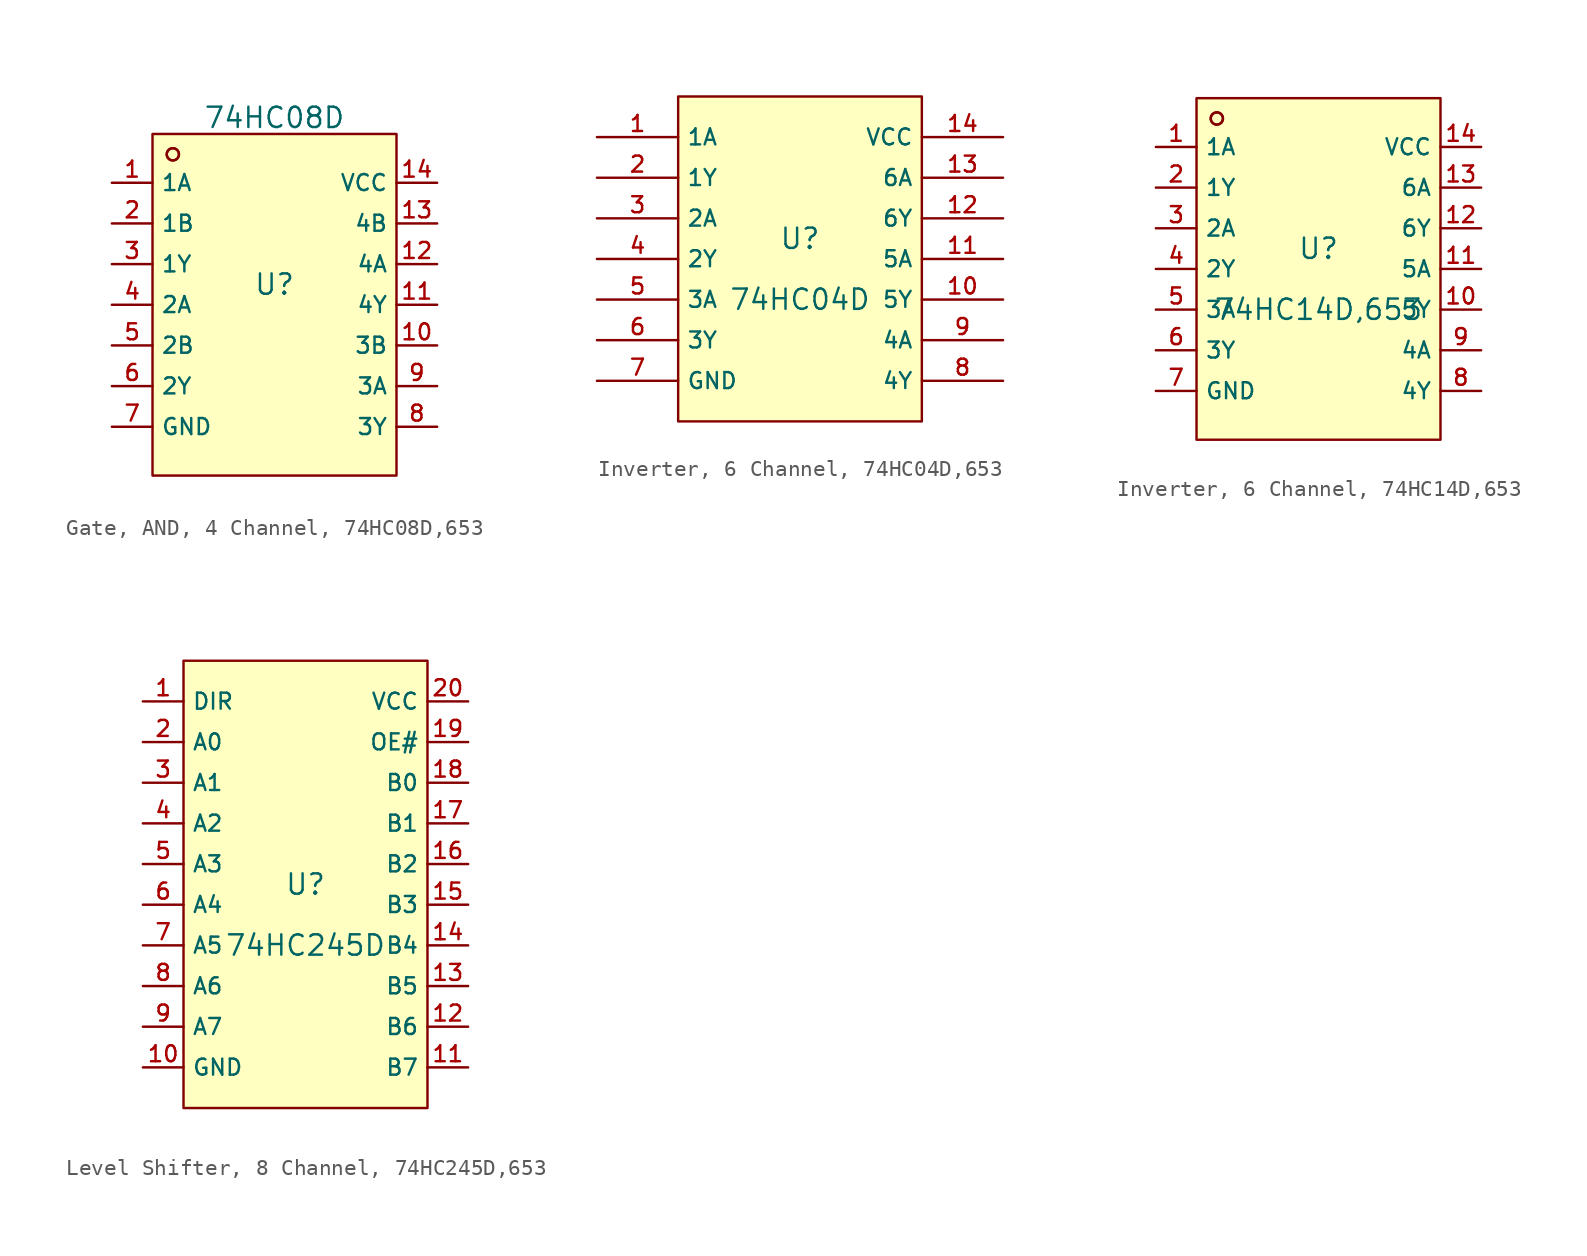
<source format=kicad_sym>
(kicad_symbol_lib
  (version 20231120)
  (generator "kicad_symbol_editor")
  (generator_version "8.0")
  (symbol "Gate, AND, 4 Channel, 74HC08D,653"
    (property "Reference" "U"
      (at 0 1.27 0)
      (effects (font (size 1.27 1.27))))
    (property "Value" "74HC08D"
      (at 0 11.684 0)
      (effects (font (size 1.27 1.27))))
    (symbol "Gate, AND, 4 Channel, 74HC08D,653_0_1"
      (rectangle (start -7.62 10.668) (end 7.62 -10.668) (stroke (width 0) (type default)) (fill (type background)))
      (circle (center -6.35 9.398) (radius 0.381) (stroke (width 0) (type default)) (fill (type background)))
      (circle (center -6.35 9.398) (radius 0.381) (stroke (width 0) (type default)) (fill (type background)))
      (pin unspecified line (at -10.16 7.62 0) (length 2.54) (name "1A" (effects (font (size 1 1)))) (number "1" (effects (font (size 1 1)))))
      (pin unspecified line (at 10.16 -2.54 180) (length 2.54) (name "3B" (effects (font (size 1 1)))) (number "10" (effects (font (size 1 1)))))
      (pin unspecified line (at 10.16 0 180) (length 2.54) (name "4Y" (effects (font (size 1 1)))) (number "11" (effects (font (size 1 1)))))
      (pin unspecified line (at 10.16 2.54 180) (length 2.54) (name "4A" (effects (font (size 1 1)))) (number "12" (effects (font (size 1 1)))))
      (pin unspecified line (at 10.16 5.08 180) (length 2.54) (name "4B" (effects (font (size 1 1)))) (number "13" (effects (font (size 1 1)))))
      (pin unspecified line (at 10.16 7.62 180) (length 2.54) (name "VCC" (effects (font (size 1 1)))) (number "14" (effects (font (size 1 1)))))
      (pin unspecified line (at -10.16 5.08 0) (length 2.54) (name "1B" (effects (font (size 1 1)))) (number "2" (effects (font (size 1 1)))))
      (pin unspecified line (at -10.16 2.54 0) (length 2.54) (name "1Y" (effects (font (size 1 1)))) (number "3" (effects (font (size 1 1)))))
      (pin unspecified line (at -10.16 0 0) (length 2.54) (name "2A" (effects (font (size 1 1)))) (number "4" (effects (font (size 1 1)))))
      (pin unspecified line (at -10.16 -2.54 0) (length 2.54) (name "2B" (effects (font (size 1 1)))) (number "5" (effects (font (size 1 1)))))
      (pin unspecified line (at -10.16 -5.08 0) (length 2.54) (name "2Y" (effects (font (size 1 1)))) (number "6" (effects (font (size 1 1)))))
      (pin unspecified line (at -10.16 -7.62 0) (length 2.54) (name "GND" (effects (font (size 1 1)))) (number "7" (effects (font (size 1 1)))))
      (pin unspecified line (at 10.16 -7.62 180) (length 2.54) (name "3Y" (effects (font (size 1 1)))) (number "8" (effects (font (size 1 1)))))
      (pin unspecified line (at 10.16 -5.08 180) (length 2.54) (name "3A" (effects (font (size 1 1)))) (number "9" (effects (font (size 1 1)))))))
  (symbol "Inverter, 6 Channel, 74HC04D,653"
    (property "Reference" "U"
      (at 0 1.27 0)
      (effects (font (size 1.27 1.27))))
    (property "Value" "74HC04D"
      (at 0 -2.54 0)
      (effects (font (size 1.27 1.27))))
    (symbol "Inverter, 6 Channel, 74HC04D,653_0_1"
      (rectangle (start -7.62 10.16) (end 7.62 -10.16) (stroke (width 0) (type default)) (fill (type background)))
      (pin unspecified line (at -12.7 7.62 0) (length 5.08) (name "1A" (effects (font (size 1 1)))) (number "1" (effects (font (size 1 1)))))
      (pin unspecified line (at 12.7 -2.54 180) (length 5.08) (name "5Y" (effects (font (size 1 1)))) (number "10" (effects (font (size 1 1)))))
      (pin unspecified line (at 12.7 0 180) (length 5.08) (name "5A" (effects (font (size 1 1)))) (number "11" (effects (font (size 1 1)))))
      (pin unspecified line (at 12.7 2.54 180) (length 5.08) (name "6Y" (effects (font (size 1 1)))) (number "12" (effects (font (size 1 1)))))
      (pin unspecified line (at 12.7 5.08 180) (length 5.08) (name "6A" (effects (font (size 1 1)))) (number "13" (effects (font (size 1 1)))))
      (pin unspecified line (at 12.7 7.62 180) (length 5.08) (name "VCC" (effects (font (size 1 1)))) (number "14" (effects (font (size 1 1)))))
      (pin unspecified line (at -12.7 5.08 0) (length 5.08) (name "1Y" (effects (font (size 1 1)))) (number "2" (effects (font (size 1 1)))))
      (pin unspecified line (at -12.7 2.54 0) (length 5.08) (name "2A" (effects (font (size 1 1)))) (number "3" (effects (font (size 1 1)))))
      (pin unspecified line (at -12.7 0 0) (length 5.08) (name "2Y" (effects (font (size 1 1)))) (number "4" (effects (font (size 1 1)))))
      (pin unspecified line (at -12.7 -2.54 0) (length 5.08) (name "3A" (effects (font (size 1 1)))) (number "5" (effects (font (size 1 1)))))
      (pin unspecified line (at -12.7 -5.08 0) (length 5.08) (name "3Y" (effects (font (size 1 1)))) (number "6" (effects (font (size 1 1)))))
      (pin unspecified line (at -12.7 -7.62 0) (length 5.08) (name "GND" (effects (font (size 1 1)))) (number "7" (effects (font (size 1 1)))))
      (pin unspecified line (at 12.7 -7.62 180) (length 5.08) (name "4Y" (effects (font (size 1 1)))) (number "8" (effects (font (size 1 1)))))
      (pin unspecified line (at 12.7 -5.08 180) (length 5.08) (name "4A" (effects (font (size 1 1)))) (number "9" (effects (font (size 1 1)))))))
  (symbol "Inverter, 6 Channel, 74HC14D,653"
    (property "Reference" "U"
      (at 0 1.27 0)
      (effects (font (size 1.27 1.27))))
    (property "Value" "74HC14D,653"
      (at 0 -2.54 0)
      (effects (font (size 1.27 1.27))))
    (symbol "Inverter, 6 Channel, 74HC14D,653_0_1"
      (rectangle (start -7.62 10.668) (end 7.62 -10.668) (stroke (width 0) (type default)) (fill (type background)))
      (circle (center -6.35 9.398) (radius 0.381) (stroke (width 0) (type default)) (fill (type background)))
      (circle (center -6.35 9.398) (radius 0.381) (stroke (width 0) (type default)) (fill (type background)))
      (pin unspecified line (at -10.16 7.62 0) (length 2.54) (name "1A" (effects (font (size 1 1)))) (number "1" (effects (font (size 1 1)))))
      (pin unspecified line (at 10.16 -2.54 180) (length 2.54) (name "5Y" (effects (font (size 1 1)))) (number "10" (effects (font (size 1 1)))))
      (pin unspecified line (at 10.16 0 180) (length 2.54) (name "5A" (effects (font (size 1 1)))) (number "11" (effects (font (size 1 1)))))
      (pin unspecified line (at 10.16 2.54 180) (length 2.54) (name "6Y" (effects (font (size 1 1)))) (number "12" (effects (font (size 1 1)))))
      (pin unspecified line (at 10.16 5.08 180) (length 2.54) (name "6A" (effects (font (size 1 1)))) (number "13" (effects (font (size 1 1)))))
      (pin unspecified line (at 10.16 7.62 180) (length 2.54) (name "VCC" (effects (font (size 1 1)))) (number "14" (effects (font (size 1 1)))))
      (pin unspecified line (at -10.16 5.08 0) (length 2.54) (name "1Y" (effects (font (size 1 1)))) (number "2" (effects (font (size 1 1)))))
      (pin unspecified line (at -10.16 2.54 0) (length 2.54) (name "2A" (effects (font (size 1 1)))) (number "3" (effects (font (size 1 1)))))
      (pin unspecified line (at -10.16 0 0) (length 2.54) (name "2Y" (effects (font (size 1 1)))) (number "4" (effects (font (size 1 1)))))
      (pin unspecified line (at -10.16 -2.54 0) (length 2.54) (name "3A" (effects (font (size 1 1)))) (number "5" (effects (font (size 1 1)))))
      (pin unspecified line (at -10.16 -5.08 0) (length 2.54) (name "3Y" (effects (font (size 1 1)))) (number "6" (effects (font (size 1 1)))))
      (pin unspecified line (at -10.16 -7.62 0) (length 2.54) (name "GND" (effects (font (size 1 1)))) (number "7" (effects (font (size 1 1)))))
      (pin unspecified line (at 10.16 -7.62 180) (length 2.54) (name "4Y" (effects (font (size 1 1)))) (number "8" (effects (font (size 1 1)))))
      (pin unspecified line (at 10.16 -5.08 180) (length 2.54) (name "4A" (effects (font (size 1 1)))) (number "9" (effects (font (size 1 1)))))))
  (symbol "Level Shifter, 8 Channel, 74HC245D,653"
    (property "Reference" "U"
      (at 0 1.27 0)
      (effects (font (size 1.27 1.27))))
    (property "Value" "74HC245D"
      (at 0 -2.54 0)
      (effects (font (size 1.27 1.27))))
    (symbol "Level Shifter, 8 Channel, 74HC245D,653_0_1"
      (rectangle (start -7.62 15.24) (end 7.62 -12.7) (stroke (width 0) (type default)) (fill (type background)))
      (pin unspecified line (at -10.16 12.7 0) (length 2.54) (name "DIR" (effects (font (size 1 1)))) (number "1" (effects (font (size 1 1)))))
      (pin unspecified line (at -10.16 -10.16 0) (length 2.54) (name "GND" (effects (font (size 1 1)))) (number "10" (effects (font (size 1 1)))))
      (pin unspecified line (at 10.16 -10.16 180) (length 2.54) (name "B7" (effects (font (size 1 1)))) (number "11" (effects (font (size 1 1)))))
      (pin unspecified line (at 10.16 -7.62 180) (length 2.54) (name "B6" (effects (font (size 1 1)))) (number "12" (effects (font (size 1 1)))))
      (pin unspecified line (at 10.16 -5.08 180) (length 2.54) (name "B5" (effects (font (size 1 1)))) (number "13" (effects (font (size 1 1)))))
      (pin unspecified line (at 10.16 -2.54 180) (length 2.54) (name "B4" (effects (font (size 1 1)))) (number "14" (effects (font (size 1 1)))))
      (pin unspecified line (at 10.16 0 180) (length 2.54) (name "B3" (effects (font (size 1 1)))) (number "15" (effects (font (size 1 1)))))
      (pin unspecified line (at 10.16 2.54 180) (length 2.54) (name "B2" (effects (font (size 1 1)))) (number "16" (effects (font (size 1 1)))))
      (pin unspecified line (at 10.16 5.08 180) (length 2.54) (name "B1" (effects (font (size 1 1)))) (number "17" (effects (font (size 1 1)))))
      (pin unspecified line (at 10.16 7.62 180) (length 2.54) (name "B0" (effects (font (size 1 1)))) (number "18" (effects (font (size 1 1)))))
      (pin unspecified line (at 10.16 10.16 180) (length 2.54) (name "OE#" (effects (font (size 1 1)))) (number "19" (effects (font (size 1 1)))))
      (pin unspecified line (at -10.16 10.16 0) (length 2.54) (name "A0" (effects (font (size 1 1)))) (number "2" (effects (font (size 1 1)))))
      (pin unspecified line (at 10.16 12.7 180) (length 2.54) (name "VCC" (effects (font (size 1 1)))) (number "20" (effects (font (size 1 1)))))
      (pin unspecified line (at -10.16 7.62 0) (length 2.54) (name "A1" (effects (font (size 1 1)))) (number "3" (effects (font (size 1 1)))))
      (pin unspecified line (at -10.16 5.08 0) (length 2.54) (name "A2" (effects (font (size 1 1)))) (number "4" (effects (font (size 1 1)))))
      (pin unspecified line (at -10.16 2.54 0) (length 2.54) (name "A3" (effects (font (size 1 1)))) (number "5" (effects (font (size 1 1)))))
      (pin unspecified line (at -10.16 0 0) (length 2.54) (name "A4" (effects (font (size 1 1)))) (number "6" (effects (font (size 1 1)))))
      (pin unspecified line (at -10.16 -2.54 0) (length 2.54) (name "A5" (effects (font (size 1 1)))) (number "7" (effects (font (size 1 1)))))
      (pin unspecified line (at -10.16 -5.08 0) (length 2.54) (name "A6" (effects (font (size 1 1)))) (number "8" (effects (font (size 1 1)))))
      (pin unspecified line (at -10.16 -7.62 0) (length 2.54) (name "A7" (effects (font (size 1 1)))) (number "9" (effects (font (size 1 1))))))))
</source>
